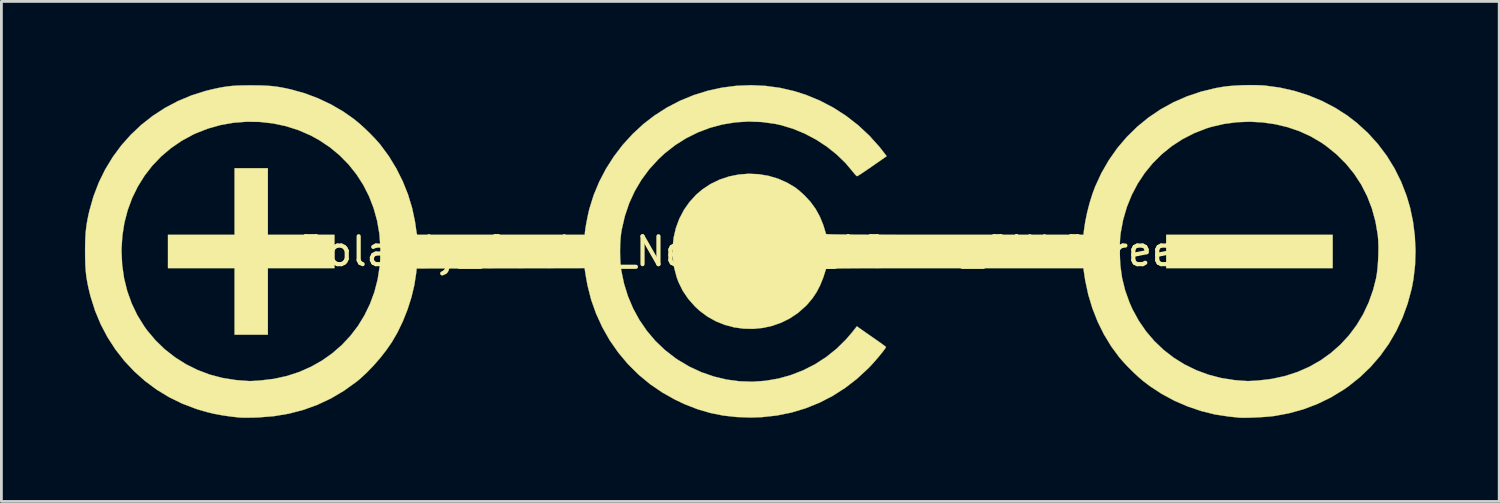
<source format=kicad_pcb>
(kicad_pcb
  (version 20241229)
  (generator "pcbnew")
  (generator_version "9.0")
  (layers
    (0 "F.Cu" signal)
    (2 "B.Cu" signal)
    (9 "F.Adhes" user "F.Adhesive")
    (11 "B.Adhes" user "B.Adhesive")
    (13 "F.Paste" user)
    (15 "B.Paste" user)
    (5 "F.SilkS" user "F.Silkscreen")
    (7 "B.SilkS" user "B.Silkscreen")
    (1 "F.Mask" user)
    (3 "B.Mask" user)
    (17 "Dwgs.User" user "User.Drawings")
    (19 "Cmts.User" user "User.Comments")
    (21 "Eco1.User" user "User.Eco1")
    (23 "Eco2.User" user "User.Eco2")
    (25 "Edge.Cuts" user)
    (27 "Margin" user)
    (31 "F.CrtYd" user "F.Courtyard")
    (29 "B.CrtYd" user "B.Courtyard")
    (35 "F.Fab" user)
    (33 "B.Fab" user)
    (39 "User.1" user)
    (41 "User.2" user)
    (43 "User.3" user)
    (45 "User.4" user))
  (footprint "Polarity_Center_Negative_12mm_SilkScreen"
    (layer "F.Cu")
    (at 23.873 5.977)
    (property "Reference" "Polarity_Center_Negative_12mm_SilkScreen" (at 0 0 0) (layer "F.SilkS") (effects (font (size 1 1) (thickness 0.15))))
    (attr exclude_from_pos_files exclude_from_bom)
    (fp_poly (pts (xy 20.918 0.598) (xy 14.941 0.598) (xy 14.941 -0.598) (xy 20.918 -0.598) (xy 20.918 0.598)) (stroke (width 0.01) (type solid)) (fill yes) (layer "F.SilkS"))
    (fp_poly (pts (xy -17.307 -0.598) (xy -14.916 -0.598) (xy -14.916 0.598) (xy -17.307 0.598) (xy -17.307 2.988) (xy -18.502 2.988) (xy -18.502 0.598) (xy -20.893 0.598) (xy -20.893 -0.598) (xy -18.502 -0.598) (xy -18.502 -2.988) (xy -17.307 -2.988) (xy -17.307 -0.598)) (stroke (width 0.01) (type solid)) (fill yes) (layer "F.SilkS"))
    (fp_poly (pts (xy 18.17 -5.97) (xy 18.386 -5.962) (xy 18.491 -5.954) (xy 19.023 -5.882) (xy 19.544 -5.764) (xy 20.051 -5.603) (xy 20.539 -5.401) (xy 21.004 -5.159) (xy 21.441 -4.88) (xy 21.789 -4.612) (xy 22.184 -4.251) (xy 22.541 -3.857) (xy 22.86 -3.433) (xy 23.138 -2.981) (xy 23.375 -2.504) (xy 23.569 -2.004) (xy 23.695 -1.581) (xy 23.801 -1.077) (xy 23.867 -0.558) (xy 23.892 -0.035) (xy 23.876 0.485) (xy 23.818 0.993) (xy 23.755 1.329) (xy 23.612 1.862) (xy 23.427 2.371) (xy 23.201 2.855) (xy 22.934 3.313) (xy 22.628 3.742) (xy 22.284 4.14) (xy 21.904 4.506) (xy 21.488 4.838) (xy 21.313 4.96) (xy 20.854 5.239) (xy 20.374 5.473) (xy 19.874 5.663) (xy 19.351 5.808) (xy 18.844 5.903) (xy 18.716 5.919) (xy 18.558 5.933) (xy 18.381 5.946) (xy 18.195 5.956) (xy 18.011 5.964) (xy 17.839 5.968) (xy 17.69 5.969) (xy 17.575 5.966) (xy 17.531 5.962) (xy 17.469 5.955) (xy 17.373 5.945) (xy 17.258 5.933) (xy 17.182 5.925) (xy 16.69 5.85) (xy 16.198 5.728) (xy 15.711 5.563) (xy 15.238 5.358) (xy 14.786 5.116) (xy 14.362 4.839) (xy 14.107 4.644) (xy 13.944 4.504) (xy 13.766 4.338) (xy 13.586 4.16) (xy 13.418 3.982) (xy 13.274 3.818) (xy 13.257 3.798) (xy 12.967 3.405) (xy 12.707 2.977) (xy 12.482 2.521) (xy 12.293 2.041) (xy 12.143 1.544) (xy 12.035 1.036) (xy 12.014 0.903) (xy 11.969 0.598) (xy 7.353 0.598) (xy 6.77 0.598) (xy 6.235 0.598) (xy 5.746 0.598) (xy 5.301 0.599) (xy 4.899 0.599) (xy 4.538 0.6) (xy 4.215 0.601) (xy 3.93 0.602) (xy 3.681 0.604) (xy 3.465 0.605) (xy 3.28 0.607) (xy 3.126 0.61) (xy 3 0.612) (xy 2.9 0.615) (xy 2.825 0.618) (xy 2.773 0.621) (xy 2.741 0.624) (xy 2.729 0.628) (xy 2.729 0.629) (xy 2.628 0.944) (xy 2.517 1.218) (xy 2.391 1.46) (xy 2.244 1.68) (xy 2.071 1.887) (xy 1.993 1.968) (xy 1.725 2.205) (xy 1.433 2.401) (xy 1.122 2.556) (xy 0.795 2.671) (xy 0.458 2.745) (xy 0.116 2.778) (xy -0.229 2.771) (xy -0.57 2.724) (xy -0.903 2.635) (xy -1.224 2.506) (xy -1.528 2.337) (xy -1.811 2.126) (xy -1.975 1.974) (xy -2.217 1.7) (xy -2.413 1.411) (xy -2.565 1.102) (xy -2.627 0.936) (xy -2.723 0.576) (xy -2.773 0.214) (xy -2.776 0.009) (xy 13.273 0.009) (xy 13.294 0.49) (xy 13.358 0.95) (xy 13.467 1.394) (xy 13.621 1.827) (xy 13.733 2.079) (xy 13.958 2.49) (xy 14.221 2.871) (xy 14.519 3.22) (xy 14.85 3.535) (xy 15.211 3.814) (xy 15.6 4.056) (xy 16.013 4.259) (xy 16.449 4.421) (xy 16.905 4.541) (xy 17.378 4.617) (xy 17.655 4.64) (xy 17.745 4.645) (xy 17.824 4.65) (xy 17.855 4.652) (xy 17.902 4.652) (xy 17.988 4.648) (xy 18.1 4.642) (xy 18.229 4.634) (xy 18.257 4.632) (xy 18.746 4.573) (xy 19.215 4.47) (xy 19.663 4.324) (xy 20.086 4.137) (xy 20.484 3.91) (xy 20.853 3.647) (xy 21.193 3.347) (xy 21.501 3.014) (xy 21.775 2.648) (xy 22.013 2.252) (xy 22.212 1.828) (xy 22.372 1.376) (xy 22.475 0.971) (xy 22.507 0.784) (xy 22.532 0.562) (xy 22.549 0.318) (xy 22.559 0.066) (xy 22.561 -0.18) (xy 22.553 -0.406) (xy 22.538 -0.591) (xy 22.454 -1.078) (xy 22.327 -1.543) (xy 22.156 -1.985) (xy 21.943 -2.401) (xy 21.689 -2.79) (xy 21.394 -3.152) (xy 21.059 -3.485) (xy 20.684 -3.788) (xy 20.519 -3.903) (xy 20.138 -4.128) (xy 19.731 -4.315) (xy 19.302 -4.462) (xy 18.857 -4.568) (xy 18.401 -4.634) (xy 17.938 -4.658) (xy 17.475 -4.64) (xy 17.016 -4.578) (xy 16.567 -4.474) (xy 16.385 -4.418) (xy 15.943 -4.245) (xy 15.527 -4.032) (xy 15.141 -3.781) (xy 14.785 -3.493) (xy 14.461 -3.172) (xy 14.172 -2.819) (xy 13.919 -2.437) (xy 13.704 -2.028) (xy 13.529 -1.595) (xy 13.396 -1.139) (xy 13.307 -0.664) (xy 13.299 -0.598) (xy 13.289 -0.496) (xy 13.282 -0.359) (xy 13.276 -0.204) (xy 13.273 -0.045) (xy 13.273 0.009) (xy -2.776 0.009) (xy -2.778 -0.146) (xy -2.739 -0.501) (xy -2.658 -0.846) (xy -2.535 -1.176) (xy -2.373 -1.487) (xy -2.171 -1.775) (xy -1.932 -2.036) (xy -1.711 -2.225) (xy -1.411 -2.423) (xy -1.091 -2.578) (xy -0.754 -2.691) (xy -0.405 -2.761) (xy -0.05 -2.789) (xy 0.306 -2.774) (xy 0.658 -2.716) (xy 1.002 -2.615) (xy 1.332 -2.47) (xy 1.606 -2.308) (xy 1.688 -2.247) (xy 1.79 -2.163) (xy 1.896 -2.069) (xy 1.961 -2.009) (xy 2.176 -1.776) (xy 2.357 -1.526) (xy 2.508 -1.252) (xy 2.633 -0.946) (xy 2.729 -0.629) (xy 2.739 -0.625) (xy 2.768 -0.621) (xy 2.818 -0.618) (xy 2.89 -0.615) (xy 2.987 -0.612) (xy 3.11 -0.61) (xy 3.26 -0.608) (xy 3.441 -0.606) (xy 3.653 -0.604) (xy 3.898 -0.603) (xy 4.179 -0.601) (xy 4.497 -0.6) (xy 4.853 -0.599) (xy 5.25 -0.599) (xy 5.689 -0.598) (xy 6.173 -0.598) (xy 6.702 -0.598) (xy 7.279 -0.598) (xy 7.355 -0.598) (xy 11.973 -0.598) (xy 11.99 -0.753) (xy 12.036 -1.066) (xy 12.105 -1.401) (xy 12.193 -1.741) (xy 12.295 -2.068) (xy 12.391 -2.326) (xy 12.618 -2.817) (xy 12.884 -3.278) (xy 13.187 -3.71) (xy 13.526 -4.108) (xy 13.898 -4.473) (xy 14.301 -4.803) (xy 14.733 -5.096) (xy 15.193 -5.35) (xy 15.678 -5.563) (xy 16.186 -5.735) (xy 16.715 -5.864) (xy 17.017 -5.916) (xy 17.208 -5.938) (xy 17.433 -5.955) (xy 17.679 -5.967) (xy 17.929 -5.972) (xy 18.17 -5.97)) (stroke (width 0.01) (type solid)) (fill yes) (layer "F.SilkS"))
    (fp_poly (pts (xy 0.563 -5.943) (xy 1.084 -5.872) (xy 1.598 -5.753) (xy 2.005 -5.623) (xy 2.511 -5.414) (xy 2.995 -5.161) (xy 3.453 -4.866) (xy 3.884 -4.531) (xy 4.284 -4.158) (xy 4.652 -3.749) (xy 4.839 -3.509) (xy 4.905 -3.42) (xy 4.39 -3.061) (xy 4.248 -2.963) (xy 4.118 -2.875) (xy 4.007 -2.801) (xy 3.921 -2.745) (xy 3.864 -2.711) (xy 3.845 -2.702) (xy 3.816 -2.72) (xy 3.769 -2.769) (xy 3.715 -2.836) (xy 3.432 -3.173) (xy 3.11 -3.484) (xy 2.755 -3.767) (xy 2.373 -4.017) (xy 1.97 -4.23) (xy 1.552 -4.403) (xy 1.124 -4.533) (xy 0.906 -4.581) (xy 0.43 -4.647) (xy -0.046 -4.665) (xy -0.516 -4.636) (xy -0.979 -4.561) (xy -1.43 -4.441) (xy -1.867 -4.276) (xy -2.285 -4.069) (xy -2.682 -3.819) (xy -3.054 -3.529) (xy -3.287 -3.312) (xy -3.616 -2.952) (xy -3.9 -2.567) (xy -4.141 -2.159) (xy -4.338 -1.727) (xy -4.492 -1.27) (xy -4.603 -0.789) (xy -4.623 -0.672) (xy -4.645 -0.48) (xy -4.659 -0.256) (xy -4.664 -0.015) (xy -4.66 0.227) (xy -4.647 0.454) (xy -4.626 0.65) (xy -4.623 0.669) (xy -4.523 1.15) (xy -4.38 1.611) (xy -4.194 2.05) (xy -3.967 2.464) (xy -3.701 2.851) (xy -3.398 3.209) (xy -3.059 3.534) (xy -2.685 3.824) (xy -2.59 3.889) (xy -2.174 4.135) (xy -1.742 4.336) (xy -1.295 4.49) (xy -0.839 4.599) (xy -0.375 4.661) (xy 0.093 4.676) (xy 0.561 4.643) (xy 1.027 4.562) (xy 1.455 4.443) (xy 1.906 4.269) (xy 2.334 4.051) (xy 2.735 3.792) (xy 3.108 3.494) (xy 3.449 3.158) (xy 3.654 2.919) (xy 3.839 2.687) (xy 3.955 2.771) (xy 4.013 2.811) (xy 4.102 2.874) (xy 4.215 2.953) (xy 4.343 3.042) (xy 4.476 3.134) (xy 4.6 3.221) (xy 4.709 3.298) (xy 4.796 3.362) (xy 4.855 3.407) (xy 4.88 3.429) (xy 4.881 3.43) (xy 4.865 3.464) (xy 4.821 3.528) (xy 4.754 3.615) (xy 4.671 3.718) (xy 4.577 3.831) (xy 4.477 3.946) (xy 4.377 4.058) (xy 4.282 4.159) (xy 4.247 4.195) (xy 3.843 4.569) (xy 3.414 4.9) (xy 2.963 5.188) (xy 2.49 5.431) (xy 1.997 5.63) (xy 1.488 5.783) (xy 0.963 5.889) (xy 0.424 5.948) (xy 0.025 5.961) (xy -0.483 5.943) (xy -0.963 5.89) (xy -1.424 5.797) (xy -1.876 5.665) (xy -2.327 5.49) (xy -2.671 5.329) (xy -3.143 5.065) (xy -3.587 4.762) (xy -4 4.42) (xy -4.38 4.043) (xy -4.725 3.632) (xy -5.033 3.191) (xy -5.3 2.721) (xy -5.524 2.232) (xy -5.7 1.736) (xy -5.83 1.226) (xy -5.882 0.945) (xy -5.938 0.597) (xy -8.952 0.604) (xy -11.965 0.61) (xy -11.984 0.784) (xy -12.049 1.206) (xy -12.153 1.642) (xy -12.292 2.079) (xy -12.461 2.505) (xy -12.656 2.91) (xy -12.861 3.262) (xy -13.055 3.542) (xy -13.276 3.825) (xy -13.516 4.1) (xy -13.763 4.355) (xy -14.009 4.581) (xy -14.127 4.677) (xy -14.573 4.998) (xy -15.038 5.273) (xy -15.523 5.502) (xy -16.027 5.685) (xy -16.55 5.822) (xy -17.092 5.913) (xy -17.653 5.958) (xy -17.768 5.962) (xy -17.92 5.965) (xy -18.061 5.966) (xy -18.182 5.966) (xy -18.272 5.964) (xy -18.315 5.962) (xy -18.653 5.924) (xy -18.953 5.88) (xy -19.229 5.829) (xy -19.492 5.766) (xy -19.756 5.691) (xy -19.884 5.65) (xy -20.38 5.462) (xy -20.852 5.231) (xy -21.298 4.96) (xy -21.715 4.651) (xy -22.102 4.306) (xy -22.457 3.929) (xy -22.777 3.52) (xy -23.061 3.082) (xy -23.306 2.617) (xy -23.51 2.128) (xy -23.671 1.617) (xy -23.704 1.489) (xy -23.756 1.269) (xy -23.795 1.071) (xy -23.825 0.884) (xy -23.846 0.695) (xy -23.859 0.493) (xy -23.866 0.265) (xy -23.868 0) (xy -23.868 -0.012) (xy -22.561 -0.012) (xy -22.538 0.482) (xy -22.469 0.962) (xy -22.355 1.424) (xy -22.196 1.866) (xy -21.994 2.288) (xy -21.748 2.685) (xy -21.643 2.831) (xy -21.342 3.189) (xy -21.007 3.513) (xy -20.641 3.799) (xy -20.249 4.047) (xy -19.833 4.254) (xy -19.397 4.419) (xy -18.943 4.539) (xy -18.476 4.614) (xy -18.29 4.631) (xy -18.174 4.639) (xy -18.072 4.646) (xy -17.998 4.651) (xy -17.967 4.653) (xy -17.924 4.652) (xy -17.843 4.649) (xy -17.734 4.642) (xy -17.606 4.634) (xy -17.57 4.631) (xy -17.086 4.573) (xy -16.621 4.47) (xy -16.177 4.325) (xy -15.757 4.139) (xy -15.362 3.916) (xy -14.994 3.656) (xy -14.656 3.362) (xy -14.35 3.037) (xy -14.077 2.681) (xy -13.841 2.297) (xy -13.642 1.888) (xy -13.482 1.455) (xy -13.365 1.001) (xy -13.292 0.527) (xy -13.276 0.336) (xy -13.267 -0.157) (xy -13.304 -0.638) (xy -13.385 -1.104) (xy -13.509 -1.552) (xy -13.675 -1.981) (xy -13.881 -2.388) (xy -14.127 -2.77) (xy -14.41 -3.125) (xy -14.729 -3.45) (xy -15.083 -3.743) (xy -15.471 -4.001) (xy -15.776 -4.168) (xy -16.209 -4.356) (xy -16.66 -4.499) (xy -17.122 -4.597) (xy -17.592 -4.65) (xy -18.066 -4.658) (xy -18.538 -4.621) (xy -19.004 -4.539) (xy -19.46 -4.411) (xy -19.9 -4.238) (xy -19.991 -4.196) (xy -20.406 -3.97) (xy -20.789 -3.707) (xy -21.139 -3.41) (xy -21.455 -3.08) (xy -21.734 -2.72) (xy -21.975 -2.333) (xy -22.177 -1.922) (xy -22.338 -1.488) (xy -22.457 -1.034) (xy -22.531 -0.563) (xy -22.561 -0.078) (xy -22.561 -0.012) (xy -23.868 -0.012) (xy -23.866 -0.265) (xy -23.859 -0.493) (xy -23.846 -0.695) (xy -23.825 -0.883) (xy -23.796 -1.071) (xy -23.757 -1.27) (xy -23.715 -1.457) (xy -23.568 -1.975) (xy -23.378 -2.472) (xy -23.146 -2.944) (xy -22.875 -3.39) (xy -22.567 -3.807) (xy -22.223 -4.194) (xy -21.846 -4.548) (xy -21.439 -4.868) (xy -21.002 -5.152) (xy -20.538 -5.397) (xy -20.048 -5.602) (xy -19.536 -5.764) (xy -19.299 -5.822) (xy -19.094 -5.867) (xy -18.913 -5.901) (xy -18.744 -5.926) (xy -18.574 -5.944) (xy -18.393 -5.955) (xy -18.188 -5.961) (xy -17.948 -5.963) (xy -17.892 -5.963) (xy -17.625 -5.961) (xy -17.396 -5.953) (xy -17.191 -5.939) (xy -16.999 -5.917) (xy -16.807 -5.886) (xy -16.602 -5.844) (xy -16.462 -5.812) (xy -15.975 -5.675) (xy -15.497 -5.494) (xy -15.034 -5.274) (xy -14.596 -5.019) (xy -14.215 -4.751) (xy -14.034 -4.603) (xy -13.839 -4.428) (xy -13.643 -4.239) (xy -13.459 -4.049) (xy -13.3 -3.87) (xy -13.261 -3.822) (xy -12.962 -3.416) (xy -12.696 -2.979) (xy -12.466 -2.519) (xy -12.275 -2.043) (xy -12.128 -1.557) (xy -12.025 -1.07) (xy -12.003 -0.921) (xy -11.989 -0.817) (xy -11.976 -0.726) (xy -11.966 -0.664) (xy -11.964 -0.654) (xy -11.952 -0.598) (xy -5.927 -0.598) (xy -5.927 -0.657) (xy -5.921 -0.721) (xy -5.907 -0.823) (xy -5.886 -0.951) (xy -5.859 -1.095) (xy -5.83 -1.242) (xy -5.8 -1.383) (xy -5.771 -1.507) (xy -5.765 -1.529) (xy -5.612 -2.021) (xy -5.412 -2.501) (xy -5.17 -2.965) (xy -4.887 -3.408) (xy -4.567 -3.827) (xy -4.212 -4.216) (xy -3.826 -4.573) (xy -3.435 -4.875) (xy -2.985 -5.164) (xy -2.513 -5.409) (xy -2.024 -5.61) (xy -1.521 -5.767) (xy -1.007 -5.88) (xy -0.486 -5.947) (xy 0.038 -5.968) (xy 0.563 -5.943)) (stroke (width 0.01) (type solid)) (fill yes) (layer "F.SilkS")))
  (gr_rect
    (start -3 -3)
    (end 50.769 14.951)
    (stroke (width 0.1) (type default))
    (fill no)
    (layer "Edge.Cuts")))
</source>
